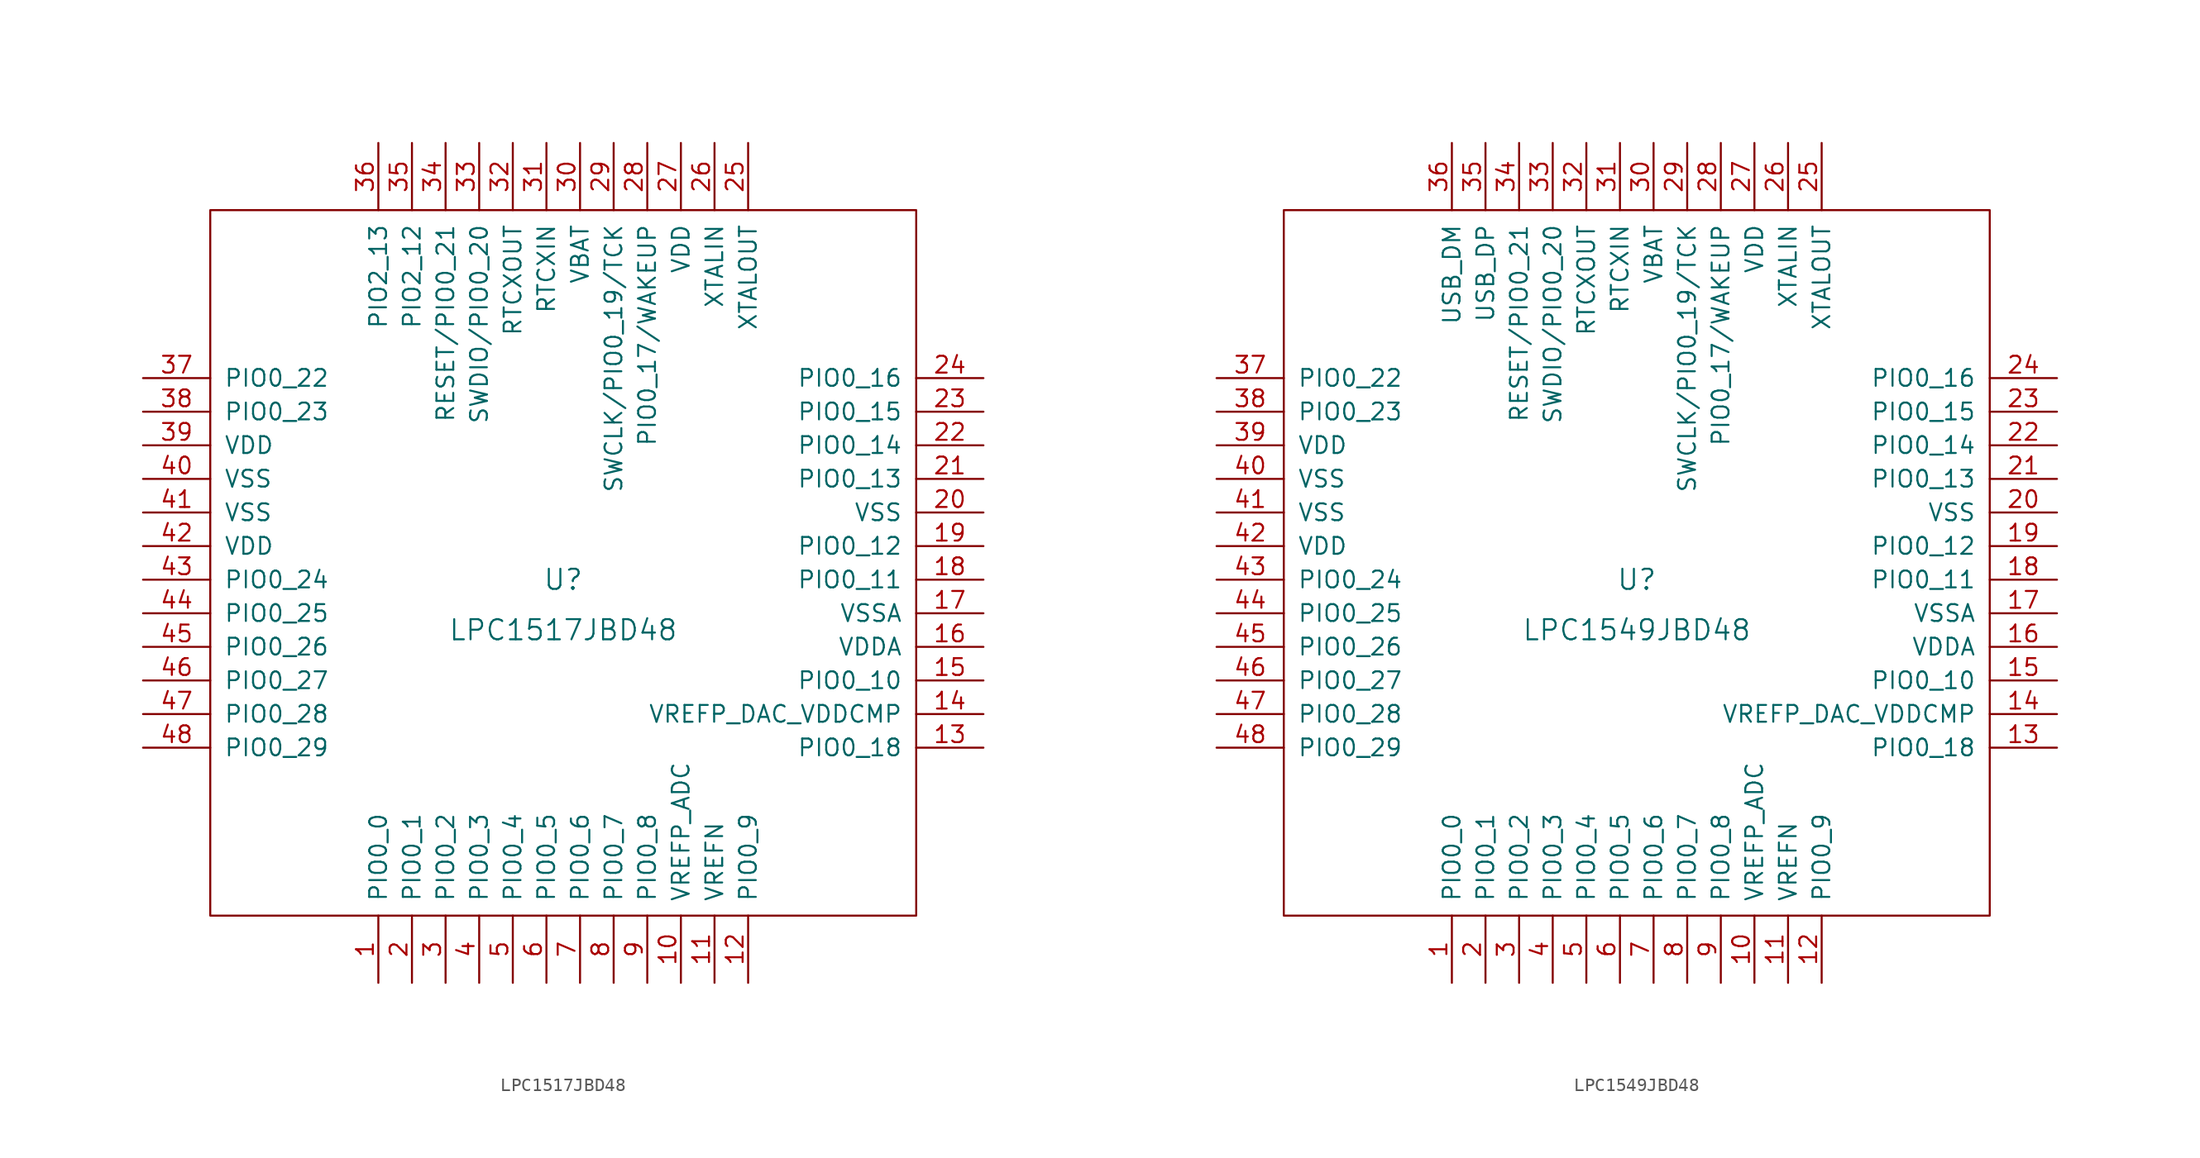
<source format=kicad_sym>
(kicad_symbol_lib
  (version 20211014)
  (generator kicad_symbol_editor)
  (symbol "LPC1517JBD48"
    (pin_names
      (offset 1.016))
    (property "Reference" "U"
      (at 0 0 0)
      (effects (font (size 1.524 1.524))))
    (property "Value" "LPC1517JBD48"
      (at 0 -3.81 0)
      (effects (font (size 1.524 1.524))))
    (symbol "LPC1517JBD48_0_1"
      (rectangle (start 26.67 -25.4) (end -26.67 27.94) (stroke (width 0) (type default) (color 0 0 0 0)) (fill (type none))))
    (symbol "LPC1517JBD48_1_1"
      (pin bidirectional line (at -13.97 -30.48 90) (length 5.08) (name "PIO0_0" (effects (font (size 1.27 1.27)))) (number "1" (effects (font (size 1.27 1.27)))))
      (pin power_in line (at 8.89 -30.48 90) (length 5.08) (name "VREFP_ADC" (effects (font (size 1.27 1.27)))) (number "10" (effects (font (size 1.27 1.27)))))
      (pin power_in line (at 11.43 -30.48 90) (length 5.08) (name "VREFN" (effects (font (size 1.27 1.27)))) (number "11" (effects (font (size 1.27 1.27)))))
      (pin bidirectional line (at 13.97 -30.48 90) (length 5.08) (name "PIO0_9" (effects (font (size 1.27 1.27)))) (number "12" (effects (font (size 1.27 1.27)))))
      (pin bidirectional line (at 31.75 -12.7 180) (length 5.08) (name "PIO0_18" (effects (font (size 1.27 1.27)))) (number "13" (effects (font (size 1.27 1.27)))))
      (pin power_in line (at 31.75 -10.16 180) (length 5.08) (name "VREFP_DAC_VDDCMP" (effects (font (size 1.27 1.27)))) (number "14" (effects (font (size 1.27 1.27)))))
      (pin bidirectional line (at 31.75 -7.62 180) (length 5.08) (name "PIO0_10" (effects (font (size 1.27 1.27)))) (number "15" (effects (font (size 1.27 1.27)))))
      (pin power_in line (at 31.75 -5.08 180) (length 5.08) (name "VDDA" (effects (font (size 1.27 1.27)))) (number "16" (effects (font (size 1.27 1.27)))))
      (pin power_in line (at 31.75 -2.54 180) (length 5.08) (name "VSSA" (effects (font (size 1.27 1.27)))) (number "17" (effects (font (size 1.27 1.27)))))
      (pin bidirectional line (at 31.75 0 180) (length 5.08) (name "PIO0_11" (effects (font (size 1.27 1.27)))) (number "18" (effects (font (size 1.27 1.27)))))
      (pin bidirectional line (at 31.75 2.54 180) (length 5.08) (name "PIO0_12" (effects (font (size 1.27 1.27)))) (number "19" (effects (font (size 1.27 1.27)))))
      (pin bidirectional line (at -11.43 -30.48 90) (length 5.08) (name "PIO0_1" (effects (font (size 1.27 1.27)))) (number "2" (effects (font (size 1.27 1.27)))))
      (pin power_in line (at 31.75 5.08 180) (length 5.08) (name "VSS" (effects (font (size 1.27 1.27)))) (number "20" (effects (font (size 1.27 1.27)))))
      (pin bidirectional line (at 31.75 7.62 180) (length 5.08) (name "PIO0_13" (effects (font (size 1.27 1.27)))) (number "21" (effects (font (size 1.27 1.27)))))
      (pin bidirectional line (at 31.75 10.16 180) (length 5.08) (name "PIO0_14" (effects (font (size 1.27 1.27)))) (number "22" (effects (font (size 1.27 1.27)))))
      (pin bidirectional line (at 31.75 12.7 180) (length 5.08) (name "PIO0_15" (effects (font (size 1.27 1.27)))) (number "23" (effects (font (size 1.27 1.27)))))
      (pin bidirectional line (at 31.75 15.24 180) (length 5.08) (name "PIO0_16" (effects (font (size 1.27 1.27)))) (number "24" (effects (font (size 1.27 1.27)))))
      (pin output line (at 13.97 33.02 270) (length 5.08) (name "XTALOUT" (effects (font (size 1.27 1.27)))) (number "25" (effects (font (size 1.27 1.27)))))
      (pin input line (at 11.43 33.02 270) (length 5.08) (name "XTALIN" (effects (font (size 1.27 1.27)))) (number "26" (effects (font (size 1.27 1.27)))))
      (pin power_in line (at 8.89 33.02 270) (length 5.08) (name "VDD" (effects (font (size 1.27 1.27)))) (number "27" (effects (font (size 1.27 1.27)))))
      (pin bidirectional line (at 6.35 33.02 270) (length 5.08) (name "PIO0_17/WAKEUP" (effects (font (size 1.27 1.27)))) (number "28" (effects (font (size 1.27 1.27)))))
      (pin bidirectional line (at 3.81 33.02 270) (length 5.08) (name "SWCLK/PIO0_19/TCK" (effects (font (size 1.27 1.27)))) (number "29" (effects (font (size 1.27 1.27)))))
      (pin bidirectional line (at -8.89 -30.48 90) (length 5.08) (name "PIO0_2" (effects (font (size 1.27 1.27)))) (number "3" (effects (font (size 1.27 1.27)))))
      (pin power_in line (at 1.27 33.02 270) (length 5.08) (name "VBAT" (effects (font (size 1.27 1.27)))) (number "30" (effects (font (size 1.27 1.27)))))
      (pin input line (at -1.27 33.02 270) (length 5.08) (name "RTCXIN" (effects (font (size 1.27 1.27)))) (number "31" (effects (font (size 1.27 1.27)))))
      (pin output line (at -3.81 33.02 270) (length 5.08) (name "RTCXOUT" (effects (font (size 1.27 1.27)))) (number "32" (effects (font (size 1.27 1.27)))))
      (pin bidirectional line (at -6.35 33.02 270) (length 5.08) (name "SWDIO/PIO0_20" (effects (font (size 1.27 1.27)))) (number "33" (effects (font (size 1.27 1.27)))))
      (pin bidirectional line (at -8.89 33.02 270) (length 5.08) (name "RESET/PIO0_21" (effects (font (size 1.27 1.27)))) (number "34" (effects (font (size 1.27 1.27)))))
      (pin bidirectional line (at -11.43 33.02 270) (length 5.08) (name "PIO2_12" (effects (font (size 1.27 1.27)))) (number "35" (effects (font (size 1.27 1.27)))))
      (pin bidirectional line (at -13.97 33.02 270) (length 5.08) (name "PIO2_13" (effects (font (size 1.27 1.27)))) (number "36" (effects (font (size 1.27 1.27)))))
      (pin open_collector line (at -31.75 15.24 0) (length 5.08) (name "PIO0_22" (effects (font (size 1.27 1.27)))) (number "37" (effects (font (size 1.27 1.27)))))
      (pin open_collector line (at -31.75 12.7 0) (length 5.08) (name "PIO0_23" (effects (font (size 1.27 1.27)))) (number "38" (effects (font (size 1.27 1.27)))))
      (pin power_in line (at -31.75 10.16 0) (length 5.08) (name "VDD" (effects (font (size 1.27 1.27)))) (number "39" (effects (font (size 1.27 1.27)))))
      (pin bidirectional line (at -6.35 -30.48 90) (length 5.08) (name "PIO0_3" (effects (font (size 1.27 1.27)))) (number "4" (effects (font (size 1.27 1.27)))))
      (pin power_in line (at -31.75 7.62 0) (length 5.08) (name "VSS" (effects (font (size 1.27 1.27)))) (number "40" (effects (font (size 1.27 1.27)))))
      (pin power_in line (at -31.75 5.08 0) (length 5.08) (name "VSS" (effects (font (size 1.27 1.27)))) (number "41" (effects (font (size 1.27 1.27)))))
      (pin power_in line (at -31.75 2.54 0) (length 5.08) (name "VDD" (effects (font (size 1.27 1.27)))) (number "42" (effects (font (size 1.27 1.27)))))
      (pin bidirectional line (at -31.75 0 0) (length 5.08) (name "PIO0_24" (effects (font (size 1.27 1.27)))) (number "43" (effects (font (size 1.27 1.27)))))
      (pin bidirectional line (at -31.75 -2.54 0) (length 5.08) (name "PIO0_25" (effects (font (size 1.27 1.27)))) (number "44" (effects (font (size 1.27 1.27)))))
      (pin bidirectional line (at -31.75 -5.08 0) (length 5.08) (name "PIO0_26" (effects (font (size 1.27 1.27)))) (number "45" (effects (font (size 1.27 1.27)))))
      (pin bidirectional line (at -31.75 -7.62 0) (length 5.08) (name "PIO0_27" (effects (font (size 1.27 1.27)))) (number "46" (effects (font (size 1.27 1.27)))))
      (pin bidirectional line (at -31.75 -10.16 0) (length 5.08) (name "PIO0_28" (effects (font (size 1.27 1.27)))) (number "47" (effects (font (size 1.27 1.27)))))
      (pin bidirectional line (at -31.75 -12.7 0) (length 5.08) (name "PIO0_29" (effects (font (size 1.27 1.27)))) (number "48" (effects (font (size 1.27 1.27)))))
      (pin bidirectional line (at -3.81 -30.48 90) (length 5.08) (name "PIO0_4" (effects (font (size 1.27 1.27)))) (number "5" (effects (font (size 1.27 1.27)))))
      (pin bidirectional line (at -1.27 -30.48 90) (length 5.08) (name "PIO0_5" (effects (font (size 1.27 1.27)))) (number "6" (effects (font (size 1.27 1.27)))))
      (pin bidirectional line (at 1.27 -30.48 90) (length 5.08) (name "PIO0_6" (effects (font (size 1.27 1.27)))) (number "7" (effects (font (size 1.27 1.27)))))
      (pin bidirectional line (at 3.81 -30.48 90) (length 5.08) (name "PIO0_7" (effects (font (size 1.27 1.27)))) (number "8" (effects (font (size 1.27 1.27)))))
      (pin bidirectional line (at 6.35 -30.48 90) (length 5.08) (name "PIO0_8" (effects (font (size 1.27 1.27)))) (number "9" (effects (font (size 1.27 1.27)))))))
  (symbol "LPC1549JBD48"
    (pin_names
      (offset 1.016))
    (property "Reference" "U"
      (at 0 0 0)
      (effects (font (size 1.524 1.524))))
    (property "Value" "LPC1549JBD48"
      (at 0 -3.81 0)
      (effects (font (size 1.524 1.524))))
    (symbol "LPC1549JBD48_0_1"
      (rectangle (start 26.67 -25.4) (end -26.67 27.94) (stroke (width 0) (type default) (color 0 0 0 0)) (fill (type none))))
    (symbol "LPC1549JBD48_1_1"
      (pin bidirectional line (at -13.97 -30.48 90) (length 5.08) (name "PIO0_0" (effects (font (size 1.27 1.27)))) (number "1" (effects (font (size 1.27 1.27)))))
      (pin power_in line (at 8.89 -30.48 90) (length 5.08) (name "VREFP_ADC" (effects (font (size 1.27 1.27)))) (number "10" (effects (font (size 1.27 1.27)))))
      (pin power_in line (at 11.43 -30.48 90) (length 5.08) (name "VREFN" (effects (font (size 1.27 1.27)))) (number "11" (effects (font (size 1.27 1.27)))))
      (pin bidirectional line (at 13.97 -30.48 90) (length 5.08) (name "PIO0_9" (effects (font (size 1.27 1.27)))) (number "12" (effects (font (size 1.27 1.27)))))
      (pin bidirectional line (at 31.75 -12.7 180) (length 5.08) (name "PIO0_18" (effects (font (size 1.27 1.27)))) (number "13" (effects (font (size 1.27 1.27)))))
      (pin power_in line (at 31.75 -10.16 180) (length 5.08) (name "VREFP_DAC_VDDCMP" (effects (font (size 1.27 1.27)))) (number "14" (effects (font (size 1.27 1.27)))))
      (pin bidirectional line (at 31.75 -7.62 180) (length 5.08) (name "PIO0_10" (effects (font (size 1.27 1.27)))) (number "15" (effects (font (size 1.27 1.27)))))
      (pin power_in line (at 31.75 -5.08 180) (length 5.08) (name "VDDA" (effects (font (size 1.27 1.27)))) (number "16" (effects (font (size 1.27 1.27)))))
      (pin power_in line (at 31.75 -2.54 180) (length 5.08) (name "VSSA" (effects (font (size 1.27 1.27)))) (number "17" (effects (font (size 1.27 1.27)))))
      (pin bidirectional line (at 31.75 0 180) (length 5.08) (name "PIO0_11" (effects (font (size 1.27 1.27)))) (number "18" (effects (font (size 1.27 1.27)))))
      (pin bidirectional line (at 31.75 2.54 180) (length 5.08) (name "PIO0_12" (effects (font (size 1.27 1.27)))) (number "19" (effects (font (size 1.27 1.27)))))
      (pin bidirectional line (at -11.43 -30.48 90) (length 5.08) (name "PIO0_1" (effects (font (size 1.27 1.27)))) (number "2" (effects (font (size 1.27 1.27)))))
      (pin power_in line (at 31.75 5.08 180) (length 5.08) (name "VSS" (effects (font (size 1.27 1.27)))) (number "20" (effects (font (size 1.27 1.27)))))
      (pin bidirectional line (at 31.75 7.62 180) (length 5.08) (name "PIO0_13" (effects (font (size 1.27 1.27)))) (number "21" (effects (font (size 1.27 1.27)))))
      (pin bidirectional line (at 31.75 10.16 180) (length 5.08) (name "PIO0_14" (effects (font (size 1.27 1.27)))) (number "22" (effects (font (size 1.27 1.27)))))
      (pin bidirectional line (at 31.75 12.7 180) (length 5.08) (name "PIO0_15" (effects (font (size 1.27 1.27)))) (number "23" (effects (font (size 1.27 1.27)))))
      (pin bidirectional line (at 31.75 15.24 180) (length 5.08) (name "PIO0_16" (effects (font (size 1.27 1.27)))) (number "24" (effects (font (size 1.27 1.27)))))
      (pin output line (at 13.97 33.02 270) (length 5.08) (name "XTALOUT" (effects (font (size 1.27 1.27)))) (number "25" (effects (font (size 1.27 1.27)))))
      (pin input line (at 11.43 33.02 270) (length 5.08) (name "XTALIN" (effects (font (size 1.27 1.27)))) (number "26" (effects (font (size 1.27 1.27)))))
      (pin power_in line (at 8.89 33.02 270) (length 5.08) (name "VDD" (effects (font (size 1.27 1.27)))) (number "27" (effects (font (size 1.27 1.27)))))
      (pin bidirectional line (at 6.35 33.02 270) (length 5.08) (name "PIO0_17/WAKEUP" (effects (font (size 1.27 1.27)))) (number "28" (effects (font (size 1.27 1.27)))))
      (pin bidirectional line (at 3.81 33.02 270) (length 5.08) (name "SWCLK/PIO0_19/TCK" (effects (font (size 1.27 1.27)))) (number "29" (effects (font (size 1.27 1.27)))))
      (pin bidirectional line (at -8.89 -30.48 90) (length 5.08) (name "PIO0_2" (effects (font (size 1.27 1.27)))) (number "3" (effects (font (size 1.27 1.27)))))
      (pin power_in line (at 1.27 33.02 270) (length 5.08) (name "VBAT" (effects (font (size 1.27 1.27)))) (number "30" (effects (font (size 1.27 1.27)))))
      (pin input line (at -1.27 33.02 270) (length 5.08) (name "RTCXIN" (effects (font (size 1.27 1.27)))) (number "31" (effects (font (size 1.27 1.27)))))
      (pin output line (at -3.81 33.02 270) (length 5.08) (name "RTCXOUT" (effects (font (size 1.27 1.27)))) (number "32" (effects (font (size 1.27 1.27)))))
      (pin bidirectional line (at -6.35 33.02 270) (length 5.08) (name "SWDIO/PIO0_20" (effects (font (size 1.27 1.27)))) (number "33" (effects (font (size 1.27 1.27)))))
      (pin bidirectional line (at -8.89 33.02 270) (length 5.08) (name "RESET/PIO0_21" (effects (font (size 1.27 1.27)))) (number "34" (effects (font (size 1.27 1.27)))))
      (pin bidirectional line (at -11.43 33.02 270) (length 5.08) (name "USB_DP" (effects (font (size 1.27 1.27)))) (number "35" (effects (font (size 1.27 1.27)))))
      (pin bidirectional line (at -13.97 33.02 270) (length 5.08) (name "USB_DM" (effects (font (size 1.27 1.27)))) (number "36" (effects (font (size 1.27 1.27)))))
      (pin open_collector line (at -31.75 15.24 0) (length 5.08) (name "PIO0_22" (effects (font (size 1.27 1.27)))) (number "37" (effects (font (size 1.27 1.27)))))
      (pin open_collector line (at -31.75 12.7 0) (length 5.08) (name "PIO0_23" (effects (font (size 1.27 1.27)))) (number "38" (effects (font (size 1.27 1.27)))))
      (pin power_in line (at -31.75 10.16 0) (length 5.08) (name "VDD" (effects (font (size 1.27 1.27)))) (number "39" (effects (font (size 1.27 1.27)))))
      (pin bidirectional line (at -6.35 -30.48 90) (length 5.08) (name "PIO0_3" (effects (font (size 1.27 1.27)))) (number "4" (effects (font (size 1.27 1.27)))))
      (pin power_in line (at -31.75 7.62 0) (length 5.08) (name "VSS" (effects (font (size 1.27 1.27)))) (number "40" (effects (font (size 1.27 1.27)))))
      (pin power_in line (at -31.75 5.08 0) (length 5.08) (name "VSS" (effects (font (size 1.27 1.27)))) (number "41" (effects (font (size 1.27 1.27)))))
      (pin power_in line (at -31.75 2.54 0) (length 5.08) (name "VDD" (effects (font (size 1.27 1.27)))) (number "42" (effects (font (size 1.27 1.27)))))
      (pin bidirectional line (at -31.75 0 0) (length 5.08) (name "PIO0_24" (effects (font (size 1.27 1.27)))) (number "43" (effects (font (size 1.27 1.27)))))
      (pin bidirectional line (at -31.75 -2.54 0) (length 5.08) (name "PIO0_25" (effects (font (size 1.27 1.27)))) (number "44" (effects (font (size 1.27 1.27)))))
      (pin bidirectional line (at -31.75 -5.08 0) (length 5.08) (name "PIO0_26" (effects (font (size 1.27 1.27)))) (number "45" (effects (font (size 1.27 1.27)))))
      (pin bidirectional line (at -31.75 -7.62 0) (length 5.08) (name "PIO0_27" (effects (font (size 1.27 1.27)))) (number "46" (effects (font (size 1.27 1.27)))))
      (pin bidirectional line (at -31.75 -10.16 0) (length 5.08) (name "PIO0_28" (effects (font (size 1.27 1.27)))) (number "47" (effects (font (size 1.27 1.27)))))
      (pin bidirectional line (at -31.75 -12.7 0) (length 5.08) (name "PIO0_29" (effects (font (size 1.27 1.27)))) (number "48" (effects (font (size 1.27 1.27)))))
      (pin bidirectional line (at -3.81 -30.48 90) (length 5.08) (name "PIO0_4" (effects (font (size 1.27 1.27)))) (number "5" (effects (font (size 1.27 1.27)))))
      (pin bidirectional line (at -1.27 -30.48 90) (length 5.08) (name "PIO0_5" (effects (font (size 1.27 1.27)))) (number "6" (effects (font (size 1.27 1.27)))))
      (pin bidirectional line (at 1.27 -30.48 90) (length 5.08) (name "PIO0_6" (effects (font (size 1.27 1.27)))) (number "7" (effects (font (size 1.27 1.27)))))
      (pin bidirectional line (at 3.81 -30.48 90) (length 5.08) (name "PIO0_7" (effects (font (size 1.27 1.27)))) (number "8" (effects (font (size 1.27 1.27)))))
      (pin bidirectional line (at 6.35 -30.48 90) (length 5.08) (name "PIO0_8" (effects (font (size 1.27 1.27)))) (number "9" (effects (font (size 1.27 1.27))))))))
</source>
